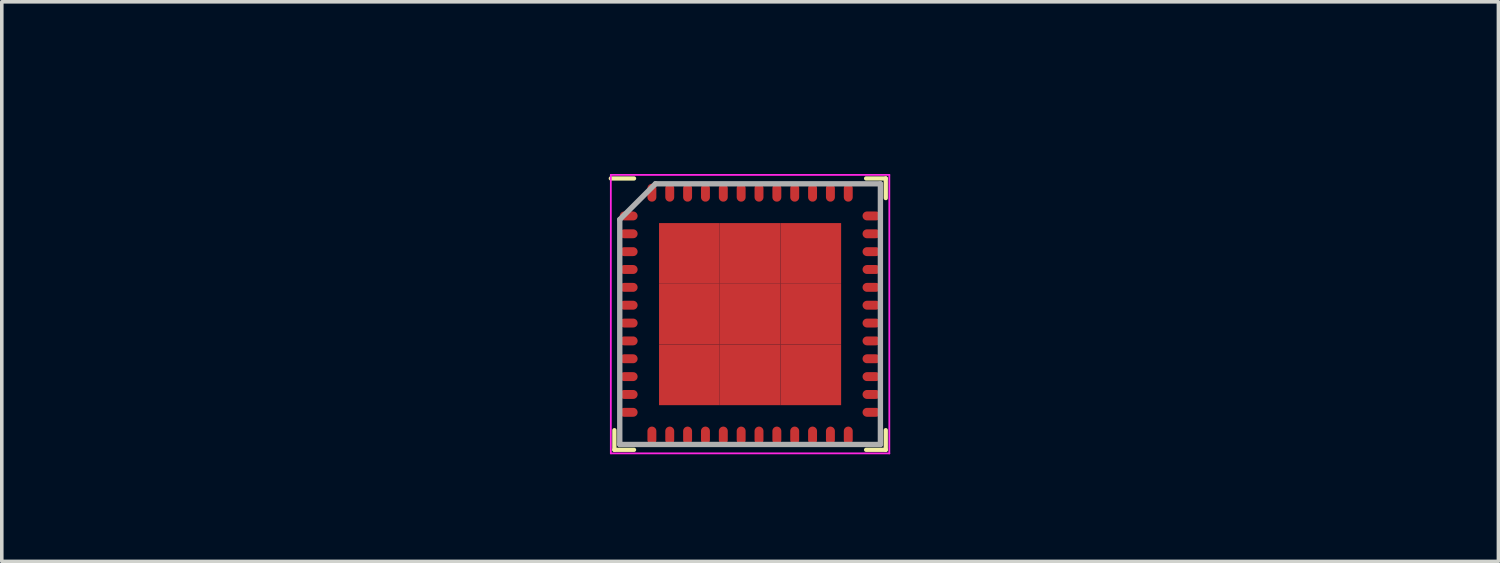
<source format=kicad_pcb>
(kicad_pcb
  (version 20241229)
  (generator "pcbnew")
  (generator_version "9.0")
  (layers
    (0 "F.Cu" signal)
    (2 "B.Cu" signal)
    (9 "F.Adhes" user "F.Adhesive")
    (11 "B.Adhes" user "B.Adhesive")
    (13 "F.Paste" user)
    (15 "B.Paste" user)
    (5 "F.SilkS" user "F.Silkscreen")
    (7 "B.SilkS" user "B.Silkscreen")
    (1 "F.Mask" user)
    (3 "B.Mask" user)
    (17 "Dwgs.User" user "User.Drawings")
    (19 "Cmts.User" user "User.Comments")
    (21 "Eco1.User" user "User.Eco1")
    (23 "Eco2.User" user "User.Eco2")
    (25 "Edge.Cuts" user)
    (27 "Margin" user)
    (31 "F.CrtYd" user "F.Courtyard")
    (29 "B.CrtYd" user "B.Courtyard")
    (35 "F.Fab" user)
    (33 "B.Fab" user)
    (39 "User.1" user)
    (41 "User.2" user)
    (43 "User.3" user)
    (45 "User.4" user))
  (footprint "KSZ9031RNX-QFN-48_EP_7.3x7.3_Pitch0.5mm"
    (layer "F.Cu")
    (at 17.958 5.748)
    (property "Reference" "KSZ9031RNX-QFN-48_EP_7.3x7.3_Pitch0.5mm" (at 0 -4.9 0) (layer "User.1") (effects (font (size 1 1) (thickness 0.15))))
    (attr through_hole)
    (fp_line (start -3.8 3.8) (end -3.8 3.25) (stroke (width 0.12) (type solid)) (layer "F.SilkS"))
    (fp_line (start -3.25 -3.8) (end -3.9 -3.8) (stroke (width 0.12) (type solid)) (layer "F.SilkS"))
    (fp_line (start -3.25 3.8) (end -3.8 3.8) (stroke (width 0.12) (type solid)) (layer "F.SilkS"))
    (fp_line (start 3.25 -3.8) (end 3.8 -3.8) (stroke (width 0.12) (type solid)) (layer "F.SilkS"))
    (fp_line (start 3.25 3.8) (end 3.8 3.8) (stroke (width 0.12) (type solid)) (layer "F.SilkS"))
    (fp_line (start 3.8 -3.8) (end 3.8 -3.25) (stroke (width 0.12) (type solid)) (layer "F.SilkS"))
    (fp_line (start 3.8 3.8) (end 3.8 3.25) (stroke (width 0.12) (type solid)) (layer "F.SilkS"))
    (fp_line (start -3.9 -3.9) (end 3.9 -3.9) (stroke (width 0.05) (type solid)) (layer "F.CrtYd"))
    (fp_line (start -3.9 3.9) (end -3.9 -3.9) (stroke (width 0.05) (type solid)) (layer "F.CrtYd"))
    (fp_line (start 3.9 -3.9) (end 3.9 3.9) (stroke (width 0.05) (type solid)) (layer "F.CrtYd"))
    (fp_line (start 3.9 3.9) (end -3.9 3.9) (stroke (width 0.05) (type solid)) (layer "F.CrtYd"))
    (fp_line (start -3.65 -2.65) (end -3.65 3.65) (stroke (width 0.15) (type solid)) (layer "F.Fab"))
    (fp_line (start -3.65 3.65) (end 3.65 3.65) (stroke (width 0.15) (type solid)) (layer "F.Fab"))
    (fp_line (start -2.65 -3.65) (end -3.65 -2.65) (stroke (width 0.15) (type solid)) (layer "F.Fab"))
    (fp_line (start 3.65 -3.65) (end -2.65 -3.65) (stroke (width 0.15) (type solid)) (layer "F.Fab"))
    (fp_line (start 3.65 3.65) (end 3.65 -3.65) (stroke (width 0.15) (type solid)) (layer "F.Fab"))
    (pad "1" smd oval (at -3.4 -2.75 90) (size 0.25 0.5) (layers "F.Cu" "F.Mask" "F.Paste"))
    (pad "2" smd oval (at -3.4 -2.25 90) (size 0.25 0.5) (layers "F.Cu" "F.Mask" "F.Paste"))
    (pad "3" smd oval (at -3.4 -1.75 90) (size 0.25 0.5) (layers "F.Cu" "F.Mask" "F.Paste"))
    (pad "4" smd oval (at -3.4 -1.25 90) (size 0.25 0.5) (layers "F.Cu" "F.Mask" "F.Paste"))
    (pad "5" smd oval (at -3.4 -0.75 90) (size 0.25 0.5) (layers "F.Cu" "F.Mask" "F.Paste"))
    (pad "6" smd oval (at -3.4 -0.25 90) (size 0.25 0.5) (layers "F.Cu" "F.Mask" "F.Paste"))
    (pad "7" smd oval (at -3.4 0.25 90) (size 0.25 0.5) (layers "F.Cu" "F.Mask" "F.Paste"))
    (pad "8" smd oval (at -3.4 0.75 90) (size 0.25 0.5) (layers "F.Cu" "F.Mask" "F.Paste"))
    (pad "9" smd oval (at -3.4 1.25 90) (size 0.25 0.5) (layers "F.Cu" "F.Mask" "F.Paste"))
    (pad "10" smd oval (at -3.4 1.75 90) (size 0.25 0.5) (layers "F.Cu" "F.Mask" "F.Paste"))
    (pad "11" smd oval (at -3.4 2.25 90) (size 0.25 0.5) (layers "F.Cu" "F.Mask" "F.Paste"))
    (pad "12" smd oval (at -3.4 2.75 90) (size 0.25 0.5) (layers "F.Cu" "F.Mask" "F.Paste"))
    (pad "13" smd oval (at -2.75 3.4) (size 0.25 0.5) (layers "F.Cu" "F.Mask" "F.Paste"))
    (pad "14" smd oval (at -2.25 3.4) (size 0.25 0.5) (layers "F.Cu" "F.Mask" "F.Paste"))
    (pad "15" smd oval (at -1.75 3.4) (size 0.25 0.5) (layers "F.Cu" "F.Mask" "F.Paste"))
    (pad "16" smd oval (at -1.25 3.4) (size 0.25 0.5) (layers "F.Cu" "F.Mask" "F.Paste"))
    (pad "17" smd oval (at -0.75 3.4) (size 0.25 0.5) (layers "F.Cu" "F.Mask" "F.Paste"))
    (pad "18" smd oval (at -0.25 3.4) (size 0.25 0.5) (layers "F.Cu" "F.Mask" "F.Paste"))
    (pad "19" smd oval (at 0.25 3.4) (size 0.25 0.5) (layers "F.Cu" "F.Mask" "F.Paste"))
    (pad "20" smd oval (at 0.75 3.4) (size 0.25 0.5) (layers "F.Cu" "F.Mask" "F.Paste"))
    (pad "21" smd oval (at 1.25 3.4) (size 0.25 0.5) (layers "F.Cu" "F.Mask" "F.Paste"))
    (pad "22" smd oval (at 1.75 3.4) (size 0.25 0.5) (layers "F.Cu" "F.Mask" "F.Paste"))
    (pad "23" smd oval (at 2.25 3.4) (size 0.25 0.5) (layers "F.Cu" "F.Mask" "F.Paste"))
    (pad "24" smd oval (at 2.75 3.4) (size 0.25 0.5) (layers "F.Cu" "F.Mask" "F.Paste"))
    (pad "25" smd oval (at 3.4 2.75 90) (size 0.25 0.5) (layers "F.Cu" "F.Mask" "F.Paste"))
    (pad "26" smd oval (at 3.4 2.25 90) (size 0.25 0.5) (layers "F.Cu" "F.Mask" "F.Paste"))
    (pad "27" smd oval (at 3.4 1.75 90) (size 0.25 0.5) (layers "F.Cu" "F.Mask" "F.Paste"))
    (pad "28" smd oval (at 3.4 1.25 90) (size 0.25 0.5) (layers "F.Cu" "F.Mask" "F.Paste"))
    (pad "29" smd oval (at 3.4 0.75 90) (size 0.25 0.5) (layers "F.Cu" "F.Mask" "F.Paste"))
    (pad "30" smd oval (at 3.4 0.25 90) (size 0.25 0.5) (layers "F.Cu" "F.Mask" "F.Paste"))
    (pad "31" smd oval (at 3.4 -0.25 90) (size 0.25 0.5) (layers "F.Cu" "F.Mask" "F.Paste"))
    (pad "32" smd oval (at 3.4 -0.75 90) (size 0.25 0.5) (layers "F.Cu" "F.Mask" "F.Paste"))
    (pad "33" smd oval (at 3.4 -1.25 90) (size 0.25 0.5) (layers "F.Cu" "F.Mask" "F.Paste"))
    (pad "34" smd oval (at 3.4 -1.75 90) (size 0.25 0.5) (layers "F.Cu" "F.Mask" "F.Paste"))
    (pad "35" smd oval (at 3.4 -2.25 90) (size 0.25 0.5) (layers "F.Cu" "F.Mask" "F.Paste"))
    (pad "36" smd oval (at 3.4 -2.75 90) (size 0.25 0.5) (layers "F.Cu" "F.Mask" "F.Paste"))
    (pad "37" smd oval (at 2.75 -3.4) (size 0.25 0.5) (layers "F.Cu" "F.Mask" "F.Paste"))
    (pad "38" smd oval (at 2.25 -3.4) (size 0.25 0.5) (layers "F.Cu" "F.Mask" "F.Paste"))
    (pad "39" smd oval (at 1.75 -3.4) (size 0.25 0.5) (layers "F.Cu" "F.Mask" "F.Paste"))
    (pad "40" smd oval (at 1.25 -3.4) (size 0.25 0.5) (layers "F.Cu" "F.Mask" "F.Paste"))
    (pad "41" smd oval (at 0.75 -3.4) (size 0.25 0.5) (layers "F.Cu" "F.Mask" "F.Paste"))
    (pad "42" smd oval (at 0.25 -3.4) (size 0.25 0.5) (layers "F.Cu" "F.Mask" "F.Paste"))
    (pad "43" smd oval (at -0.25 -3.4) (size 0.25 0.5) (layers "F.Cu" "F.Mask" "F.Paste"))
    (pad "44" smd oval (at -0.75 -3.4) (size 0.25 0.5) (layers "F.Cu" "F.Mask" "F.Paste"))
    (pad "45" smd oval (at -1.25 -3.4) (size 0.25 0.5) (layers "F.Cu" "F.Mask" "F.Paste"))
    (pad "46" smd oval (at -1.75 -3.4) (size 0.25 0.5) (layers "F.Cu" "F.Mask" "F.Paste"))
    (pad "47" smd oval (at -2.25 -3.4) (size 0.25 0.5) (layers "F.Cu" "F.Mask" "F.Paste"))
    (pad "48" smd oval (at -2.75 -3.4) (size 0.25 0.5) (layers "F.Cu" "F.Mask" "F.Paste"))
    (pad "49" smd rect (at -1.7 -1.7) (size 1.7 1.7) (layers "F.Cu" "F.Mask" "F.Paste"))
    (pad "49" smd rect (at -1.7 0) (size 1.7 1.7) (layers "F.Cu" "F.Mask" "F.Paste"))
    (pad "49" smd rect (at -1.7 1.7) (size 1.7 1.7) (layers "F.Cu" "F.Mask" "F.Paste"))
    (pad "49" smd rect (at 0 -1.7) (size 1.7 1.7) (layers "F.Cu" "F.Mask" "F.Paste"))
    (pad "49" smd rect (at 0 0) (size 1.7 1.7) (layers "F.Cu" "F.Mask" "F.Paste"))
    (pad "49" smd rect (at 0 1.7) (size 1.7 1.7) (layers "F.Cu" "F.Mask" "F.Paste"))
    (pad "49" smd rect (at 1.7 -1.7) (size 1.7 1.7) (layers "F.Cu" "F.Mask" "F.Paste"))
    (pad "49" smd rect (at 1.7 0) (size 1.7 1.7) (layers "F.Cu" "F.Mask" "F.Paste"))
    (pad "49" smd rect (at 1.7 1.7) (size 1.7 1.7) (layers "F.Cu" "F.Mask" "F.Paste")))
  (gr_rect
    (start -3 -3)
    (end 38.917 12.673)
    (stroke (width 0.1) (type default))
    (fill no)
    (layer "Edge.Cuts")))
</source>
